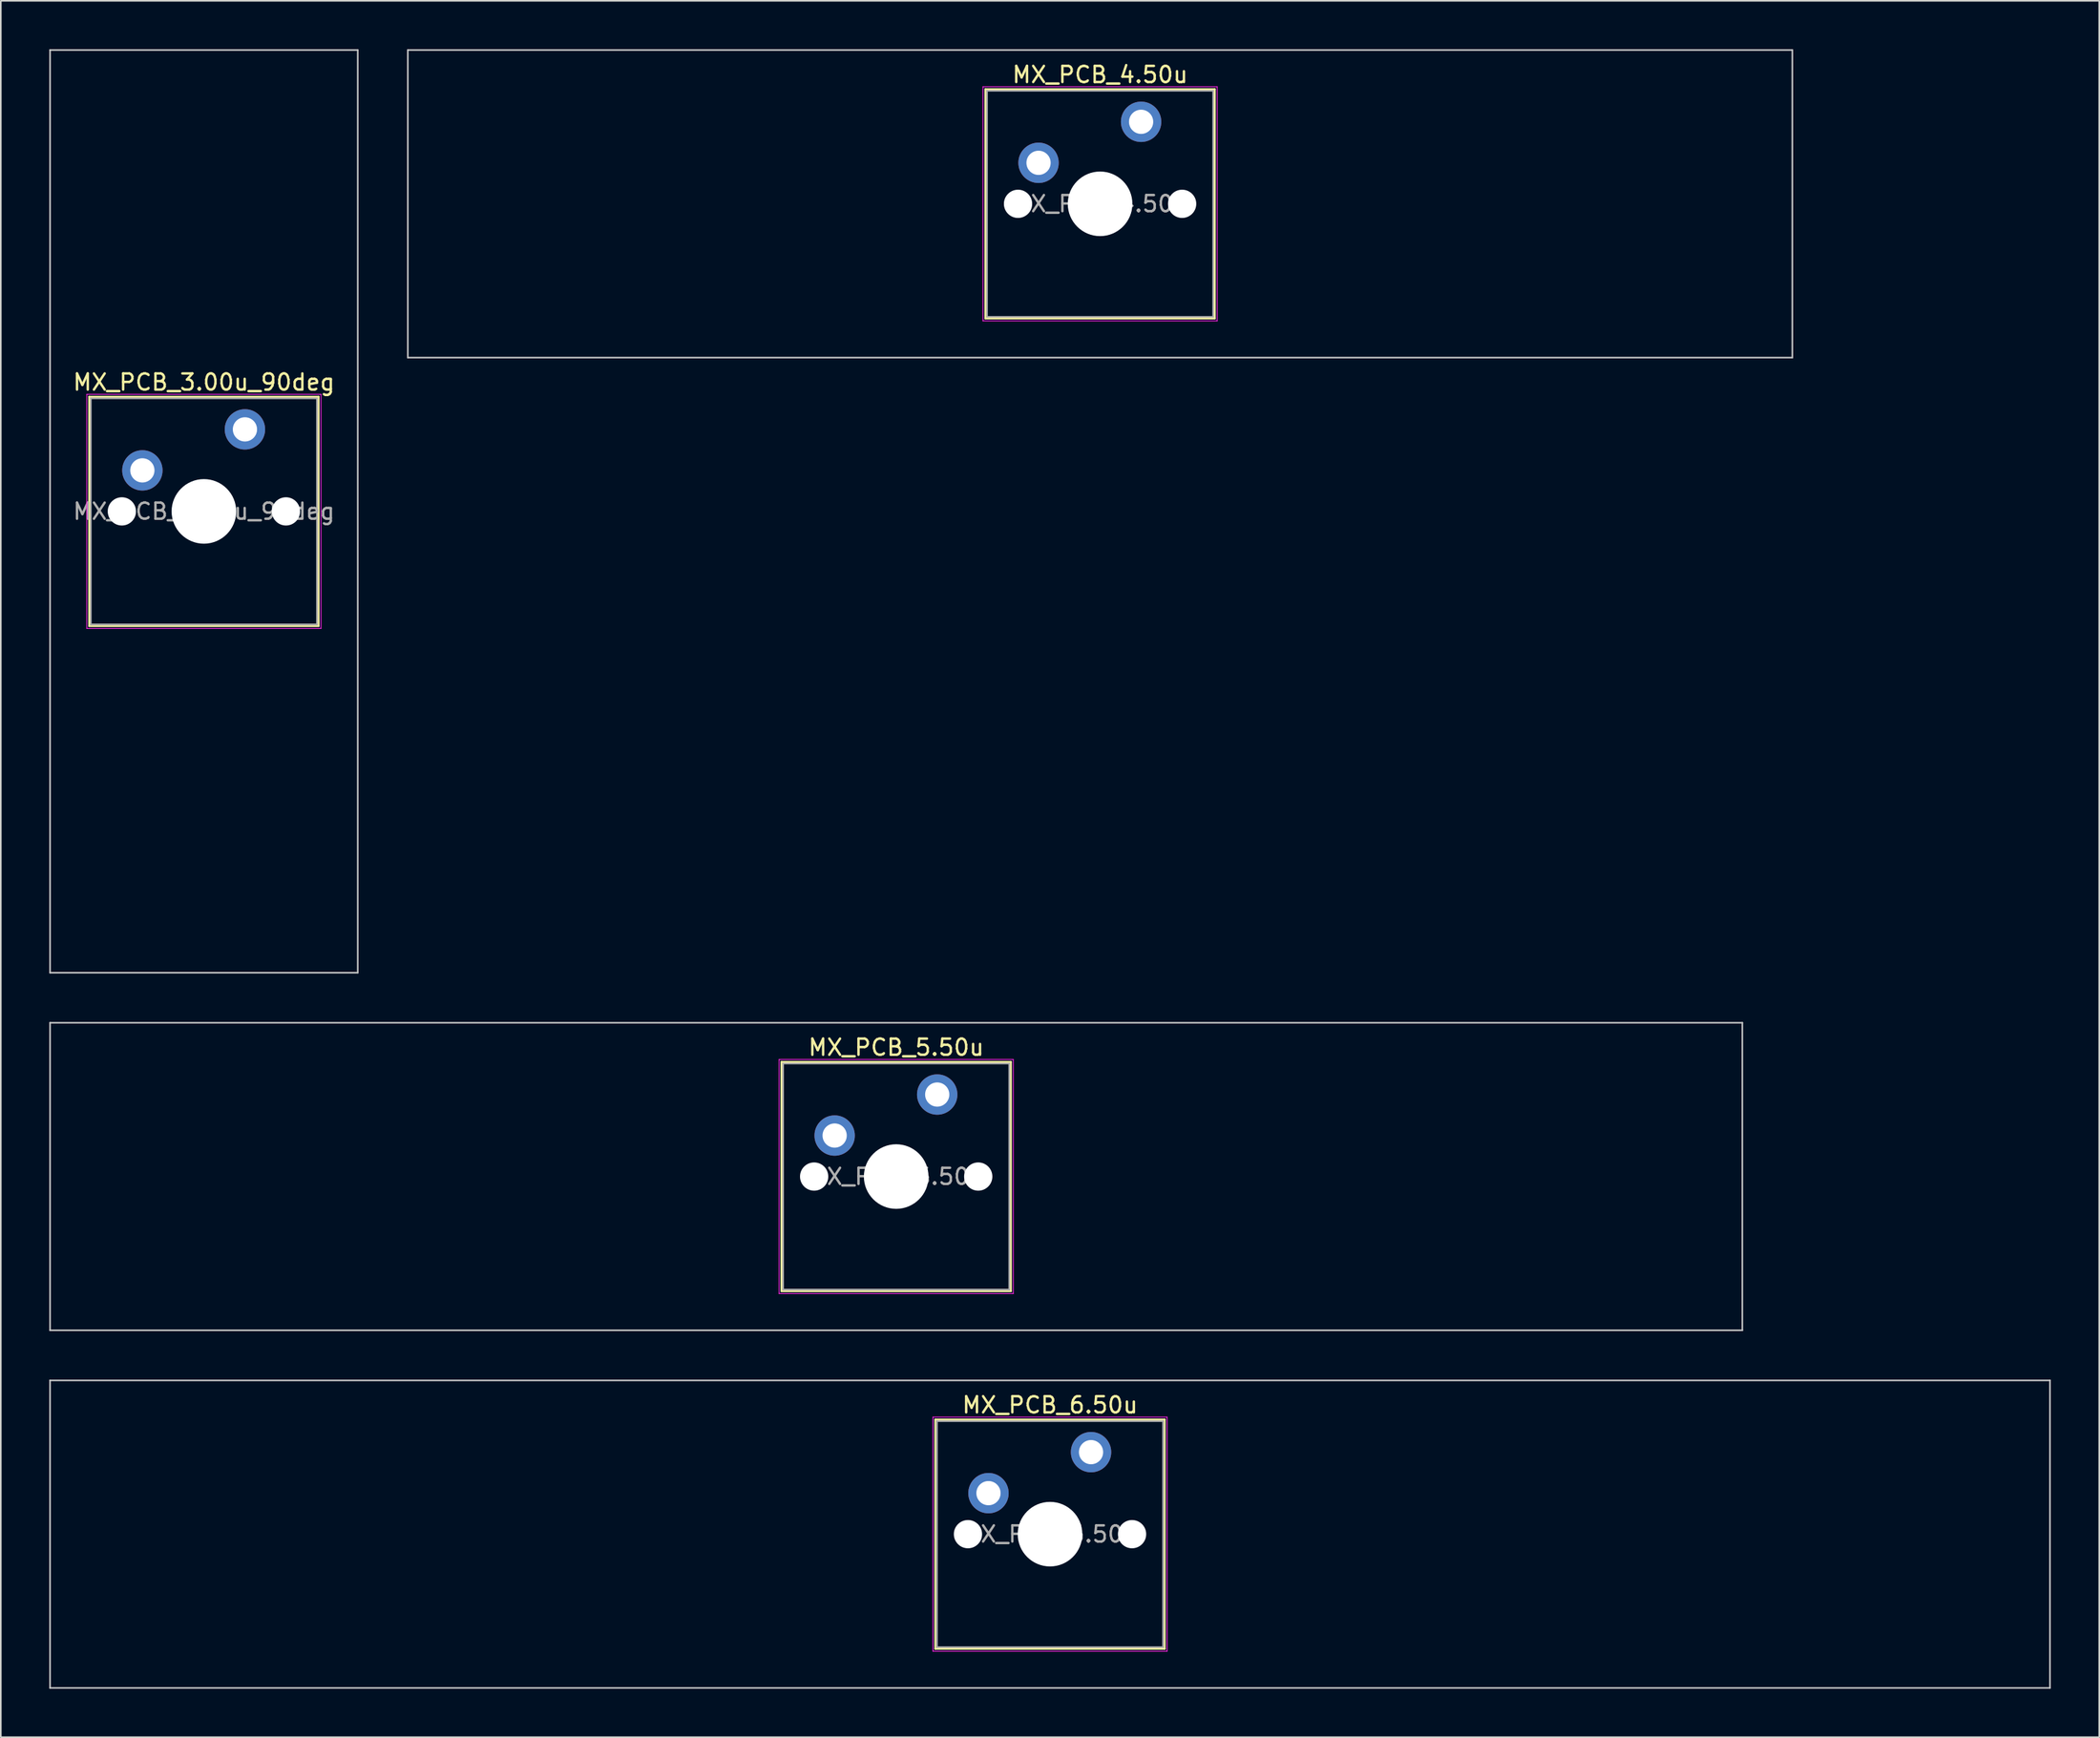
<source format=kicad_pcb>
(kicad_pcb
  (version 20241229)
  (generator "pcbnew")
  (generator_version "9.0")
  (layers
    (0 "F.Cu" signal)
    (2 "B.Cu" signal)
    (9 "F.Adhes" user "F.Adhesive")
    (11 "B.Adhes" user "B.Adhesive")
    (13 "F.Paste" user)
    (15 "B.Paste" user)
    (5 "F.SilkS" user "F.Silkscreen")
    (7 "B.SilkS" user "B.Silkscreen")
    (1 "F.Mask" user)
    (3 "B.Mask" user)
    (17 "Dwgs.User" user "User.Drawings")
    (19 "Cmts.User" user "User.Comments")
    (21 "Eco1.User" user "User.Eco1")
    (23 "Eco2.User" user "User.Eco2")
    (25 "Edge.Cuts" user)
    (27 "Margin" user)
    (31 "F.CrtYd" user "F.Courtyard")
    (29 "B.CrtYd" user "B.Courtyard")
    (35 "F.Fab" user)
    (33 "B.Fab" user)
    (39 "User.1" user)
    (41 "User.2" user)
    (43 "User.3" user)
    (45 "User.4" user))
  (footprint "MX_PCB_4.50u"
    (layer "F.Cu")
    (at 65.062 9.575)
    (property "Reference" "MX_PCB_4.50u" (at 0 -8 0) (layer "F.SilkS") (effects (font (size 1 1) (thickness 0.15))))
    (attr through_hole)
    (fp_line (start -7.1 -7.1) (end -7.1 7.1) (stroke (width 0.12) (type solid)) (layer "F.SilkS"))
    (fp_line (start -7.1 7.1) (end 7.1 7.1) (stroke (width 0.12) (type solid)) (layer "F.SilkS"))
    (fp_line (start 7.1 -7.1) (end -7.1 -7.1) (stroke (width 0.12) (type solid)) (layer "F.SilkS"))
    (fp_line (start 7.1 7.1) (end 7.1 -7.1) (stroke (width 0.12) (type solid)) (layer "F.SilkS"))
    (fp_line (start -42.862 -9.525) (end -42.862 9.525) (stroke (width 0.1) (type solid)) (layer "Dwgs.User"))
    (fp_line (start -42.862 9.525) (end 42.862 9.525) (stroke (width 0.1) (type solid)) (layer "Dwgs.User"))
    (fp_line (start 42.862 -9.525) (end -42.862 -9.525) (stroke (width 0.1) (type solid)) (layer "Dwgs.User"))
    (fp_line (start 42.862 9.525) (end 42.862 -9.525) (stroke (width 0.1) (type solid)) (layer "Dwgs.User"))
    (fp_line (start -7 -7) (end -7 7) (stroke (width 0.1) (type solid)) (layer "Eco1.User"))
    (fp_line (start -7 7) (end 7 7) (stroke (width 0.1) (type solid)) (layer "Eco1.User"))
    (fp_line (start 7 -7) (end -7 -7) (stroke (width 0.1) (type solid)) (layer "Eco1.User"))
    (fp_line (start 7 7) (end 7 -7) (stroke (width 0.1) (type solid)) (layer "Eco1.User"))
    (fp_line (start -7.25 -7.25) (end -7.25 7.25) (stroke (width 0.05) (type solid)) (layer "F.CrtYd"))
    (fp_line (start -7.25 7.25) (end 7.25 7.25) (stroke (width 0.05) (type solid)) (layer "F.CrtYd"))
    (fp_line (start 7.25 -7.25) (end -7.25 -7.25) (stroke (width 0.05) (type solid)) (layer "F.CrtYd"))
    (fp_line (start 7.25 7.25) (end 7.25 -7.25) (stroke (width 0.05) (type solid)) (layer "F.CrtYd"))
    (fp_line (start -7 -7) (end -7 7) (stroke (width 0.1) (type solid)) (layer "F.Fab"))
    (fp_line (start -7 7) (end 7 7) (stroke (width 0.1) (type solid)) (layer "F.Fab"))
    (fp_line (start 7 -7) (end -7 -7) (stroke (width 0.1) (type solid)) (layer "F.Fab"))
    (fp_line (start 7 7) (end 7 -7) (stroke (width 0.1) (type solid)) (layer "F.Fab"))
    (fp_text user "${REFERENCE}" (at 0 0 0) (layer "F.Fab") (effects (font (size 1 1) (thickness 0.15))))
    (pad "" np_thru_hole circle (at -5.08 0) (size 1.75 1.75) (drill 1.75) (layers "*.Cu" "*.Mask"))
    (pad "" np_thru_hole circle (at 0 0) (size 4 4) (drill 4) (layers "*.Cu" "*.Mask"))
    (pad "" np_thru_hole circle (at 5.08 0) (size 1.75 1.75) (drill 1.75) (layers "*.Cu" "*.Mask"))
    (pad "1" thru_hole circle (at -3.81 -2.54) (size 2.5 2.5) (drill 1.5) (layers "*.Cu" "*.Mask"))
    (pad "2" thru_hole circle (at 2.54 -5.08) (size 2.5 2.5) (drill 1.5) (layers "*.Cu" "*.Mask")))
  (footprint "MX_PCB_6.50u"
    (layer "F.Cu")
    (at 61.962 91.975)
    (property "Reference" "MX_PCB_6.50u" (at 0 -8 0) (layer "F.SilkS") (effects (font (size 1 1) (thickness 0.15))))
    (attr through_hole)
    (fp_line (start -7.1 -7.1) (end -7.1 7.1) (stroke (width 0.12) (type solid)) (layer "F.SilkS"))
    (fp_line (start -7.1 7.1) (end 7.1 7.1) (stroke (width 0.12) (type solid)) (layer "F.SilkS"))
    (fp_line (start 7.1 -7.1) (end -7.1 -7.1) (stroke (width 0.12) (type solid)) (layer "F.SilkS"))
    (fp_line (start 7.1 7.1) (end 7.1 -7.1) (stroke (width 0.12) (type solid)) (layer "F.SilkS"))
    (fp_line (start -61.913 -9.525) (end -61.913 9.525) (stroke (width 0.1) (type solid)) (layer "Dwgs.User"))
    (fp_line (start -61.913 9.525) (end 61.913 9.525) (stroke (width 0.1) (type solid)) (layer "Dwgs.User"))
    (fp_line (start 61.913 -9.525) (end -61.913 -9.525) (stroke (width 0.1) (type solid)) (layer "Dwgs.User"))
    (fp_line (start 61.913 9.525) (end 61.913 -9.525) (stroke (width 0.1) (type solid)) (layer "Dwgs.User"))
    (fp_line (start -7 -7) (end -7 7) (stroke (width 0.1) (type solid)) (layer "Eco1.User"))
    (fp_line (start -7 7) (end 7 7) (stroke (width 0.1) (type solid)) (layer "Eco1.User"))
    (fp_line (start 7 -7) (end -7 -7) (stroke (width 0.1) (type solid)) (layer "Eco1.User"))
    (fp_line (start 7 7) (end 7 -7) (stroke (width 0.1) (type solid)) (layer "Eco1.User"))
    (fp_line (start -7.25 -7.25) (end -7.25 7.25) (stroke (width 0.05) (type solid)) (layer "F.CrtYd"))
    (fp_line (start -7.25 7.25) (end 7.25 7.25) (stroke (width 0.05) (type solid)) (layer "F.CrtYd"))
    (fp_line (start 7.25 -7.25) (end -7.25 -7.25) (stroke (width 0.05) (type solid)) (layer "F.CrtYd"))
    (fp_line (start 7.25 7.25) (end 7.25 -7.25) (stroke (width 0.05) (type solid)) (layer "F.CrtYd"))
    (fp_line (start -7 -7) (end -7 7) (stroke (width 0.1) (type solid)) (layer "F.Fab"))
    (fp_line (start -7 7) (end 7 7) (stroke (width 0.1) (type solid)) (layer "F.Fab"))
    (fp_line (start 7 -7) (end -7 -7) (stroke (width 0.1) (type solid)) (layer "F.Fab"))
    (fp_line (start 7 7) (end 7 -7) (stroke (width 0.1) (type solid)) (layer "F.Fab"))
    (fp_text user "${REFERENCE}" (at 0 0 0) (layer "F.Fab") (effects (font (size 1 1) (thickness 0.15))))
    (pad "" np_thru_hole circle (at -5.08 0) (size 1.75 1.75) (drill 1.75) (layers "*.Cu" "*.Mask"))
    (pad "" np_thru_hole circle (at 0 0) (size 4 4) (drill 4) (layers "*.Cu" "*.Mask"))
    (pad "" np_thru_hole circle (at 5.08 0) (size 1.75 1.75) (drill 1.75) (layers "*.Cu" "*.Mask"))
    (pad "1" thru_hole circle (at -3.81 -2.54) (size 2.5 2.5) (drill 1.5) (layers "*.Cu" "*.Mask"))
    (pad "2" thru_hole circle (at 2.54 -5.08) (size 2.5 2.5) (drill 1.5) (layers "*.Cu" "*.Mask")))
  (footprint "MX_PCB_5.50u"
    (layer "F.Cu")
    (at 52.438 69.825)
    (property "Reference" "MX_PCB_5.50u" (at 0 -8 0) (layer "F.SilkS") (effects (font (size 1 1) (thickness 0.15))))
    (attr through_hole)
    (fp_line (start -7.1 -7.1) (end -7.1 7.1) (stroke (width 0.12) (type solid)) (layer "F.SilkS"))
    (fp_line (start -7.1 7.1) (end 7.1 7.1) (stroke (width 0.12) (type solid)) (layer "F.SilkS"))
    (fp_line (start 7.1 -7.1) (end -7.1 -7.1) (stroke (width 0.12) (type solid)) (layer "F.SilkS"))
    (fp_line (start 7.1 7.1) (end 7.1 -7.1) (stroke (width 0.12) (type solid)) (layer "F.SilkS"))
    (fp_line (start -52.388 -9.525) (end -52.388 9.525) (stroke (width 0.1) (type solid)) (layer "Dwgs.User"))
    (fp_line (start -52.388 9.525) (end 52.388 9.525) (stroke (width 0.1) (type solid)) (layer "Dwgs.User"))
    (fp_line (start 52.388 -9.525) (end -52.388 -9.525) (stroke (width 0.1) (type solid)) (layer "Dwgs.User"))
    (fp_line (start 52.388 9.525) (end 52.388 -9.525) (stroke (width 0.1) (type solid)) (layer "Dwgs.User"))
    (fp_line (start -7 -7) (end -7 7) (stroke (width 0.1) (type solid)) (layer "Eco1.User"))
    (fp_line (start -7 7) (end 7 7) (stroke (width 0.1) (type solid)) (layer "Eco1.User"))
    (fp_line (start 7 -7) (end -7 -7) (stroke (width 0.1) (type solid)) (layer "Eco1.User"))
    (fp_line (start 7 7) (end 7 -7) (stroke (width 0.1) (type solid)) (layer "Eco1.User"))
    (fp_line (start -7.25 -7.25) (end -7.25 7.25) (stroke (width 0.05) (type solid)) (layer "F.CrtYd"))
    (fp_line (start -7.25 7.25) (end 7.25 7.25) (stroke (width 0.05) (type solid)) (layer "F.CrtYd"))
    (fp_line (start 7.25 -7.25) (end -7.25 -7.25) (stroke (width 0.05) (type solid)) (layer "F.CrtYd"))
    (fp_line (start 7.25 7.25) (end 7.25 -7.25) (stroke (width 0.05) (type solid)) (layer "F.CrtYd"))
    (fp_line (start -7 -7) (end -7 7) (stroke (width 0.1) (type solid)) (layer "F.Fab"))
    (fp_line (start -7 7) (end 7 7) (stroke (width 0.1) (type solid)) (layer "F.Fab"))
    (fp_line (start 7 -7) (end -7 -7) (stroke (width 0.1) (type solid)) (layer "F.Fab"))
    (fp_line (start 7 7) (end 7 -7) (stroke (width 0.1) (type solid)) (layer "F.Fab"))
    (fp_text user "${REFERENCE}" (at 0 0 0) (layer "F.Fab") (effects (font (size 1 1) (thickness 0.15))))
    (pad "" np_thru_hole circle (at -5.08 0) (size 1.75 1.75) (drill 1.75) (layers "*.Cu" "*.Mask"))
    (pad "" np_thru_hole circle (at 0 0) (size 4 4) (drill 4) (layers "*.Cu" "*.Mask"))
    (pad "" np_thru_hole circle (at 5.08 0) (size 1.75 1.75) (drill 1.75) (layers "*.Cu" "*.Mask"))
    (pad "1" thru_hole circle (at -3.81 -2.54) (size 2.5 2.5) (drill 1.5) (layers "*.Cu" "*.Mask"))
    (pad "2" thru_hole circle (at 2.54 -5.08) (size 2.5 2.5) (drill 1.5) (layers "*.Cu" "*.Mask")))
  (footprint "MX_PCB_3.00u_90deg"
    (layer "F.Cu")
    (at 9.575 28.625)
    (property "Reference" "MX_PCB_3.00u_90deg" (at 0 -8 0) (layer "F.SilkS") (effects (font (size 1 1) (thickness 0.15))))
    (attr through_hole)
    (fp_line (start -7.1 -7.1) (end -7.1 7.1) (stroke (width 0.12) (type solid)) (layer "F.SilkS"))
    (fp_line (start -7.1 7.1) (end 7.1 7.1) (stroke (width 0.12) (type solid)) (layer "F.SilkS"))
    (fp_line (start 7.1 -7.1) (end -7.1 -7.1) (stroke (width 0.12) (type solid)) (layer "F.SilkS"))
    (fp_line (start 7.1 7.1) (end 7.1 -7.1) (stroke (width 0.12) (type solid)) (layer "F.SilkS"))
    (fp_line (start -9.525 -28.575) (end 9.525 -28.575) (stroke (width 0.1) (type solid)) (layer "Dwgs.User"))
    (fp_line (start -9.525 28.575) (end -9.525 -28.575) (stroke (width 0.1) (type solid)) (layer "Dwgs.User"))
    (fp_line (start 9.525 -28.575) (end 9.525 28.575) (stroke (width 0.1) (type solid)) (layer "Dwgs.User"))
    (fp_line (start 9.525 28.575) (end -9.525 28.575) (stroke (width 0.1) (type solid)) (layer "Dwgs.User"))
    (fp_line (start -7 -7) (end -7 7) (stroke (width 0.1) (type solid)) (layer "Eco1.User"))
    (fp_line (start -7 7) (end 7 7) (stroke (width 0.1) (type solid)) (layer "Eco1.User"))
    (fp_line (start 7 -7) (end -7 -7) (stroke (width 0.1) (type solid)) (layer "Eco1.User"))
    (fp_line (start 7 7) (end 7 -7) (stroke (width 0.1) (type solid)) (layer "Eco1.User"))
    (fp_line (start -7.25 -7.25) (end -7.25 7.25) (stroke (width 0.05) (type solid)) (layer "F.CrtYd"))
    (fp_line (start -7.25 7.25) (end 7.25 7.25) (stroke (width 0.05) (type solid)) (layer "F.CrtYd"))
    (fp_line (start 7.25 -7.25) (end -7.25 -7.25) (stroke (width 0.05) (type solid)) (layer "F.CrtYd"))
    (fp_line (start 7.25 7.25) (end 7.25 -7.25) (stroke (width 0.05) (type solid)) (layer "F.CrtYd"))
    (fp_line (start -7 -7) (end -7 7) (stroke (width 0.1) (type solid)) (layer "F.Fab"))
    (fp_line (start -7 7) (end 7 7) (stroke (width 0.1) (type solid)) (layer "F.Fab"))
    (fp_line (start 7 -7) (end -7 -7) (stroke (width 0.1) (type solid)) (layer "F.Fab"))
    (fp_line (start 7 7) (end 7 -7) (stroke (width 0.1) (type solid)) (layer "F.Fab"))
    (fp_text user "${REFERENCE}" (at 0 0 0) (layer "F.Fab") (effects (font (size 1 1) (thickness 0.15))))
    (pad "" np_thru_hole circle (at -5.08 0) (size 1.75 1.75) (drill 1.75) (layers "*.Cu" "*.Mask"))
    (pad "" np_thru_hole circle (at 0 0) (size 4 4) (drill 4) (layers "*.Cu" "*.Mask"))
    (pad "" np_thru_hole circle (at 5.08 0) (size 1.75 1.75) (drill 1.75) (layers "*.Cu" "*.Mask"))
    (pad "1" thru_hole circle (at -3.81 -2.54) (size 2.5 2.5) (drill 1.5) (layers "*.Cu" "*.Mask"))
    (pad "2" thru_hole circle (at 2.54 -5.08) (size 2.5 2.5) (drill 1.5) (layers "*.Cu" "*.Mask")))
  (gr_rect
    (start -3 -3)
    (end 126.925 104.55)
    (stroke (width 0.1) (type default))
    (fill no)
    (layer "Edge.Cuts")))
</source>
